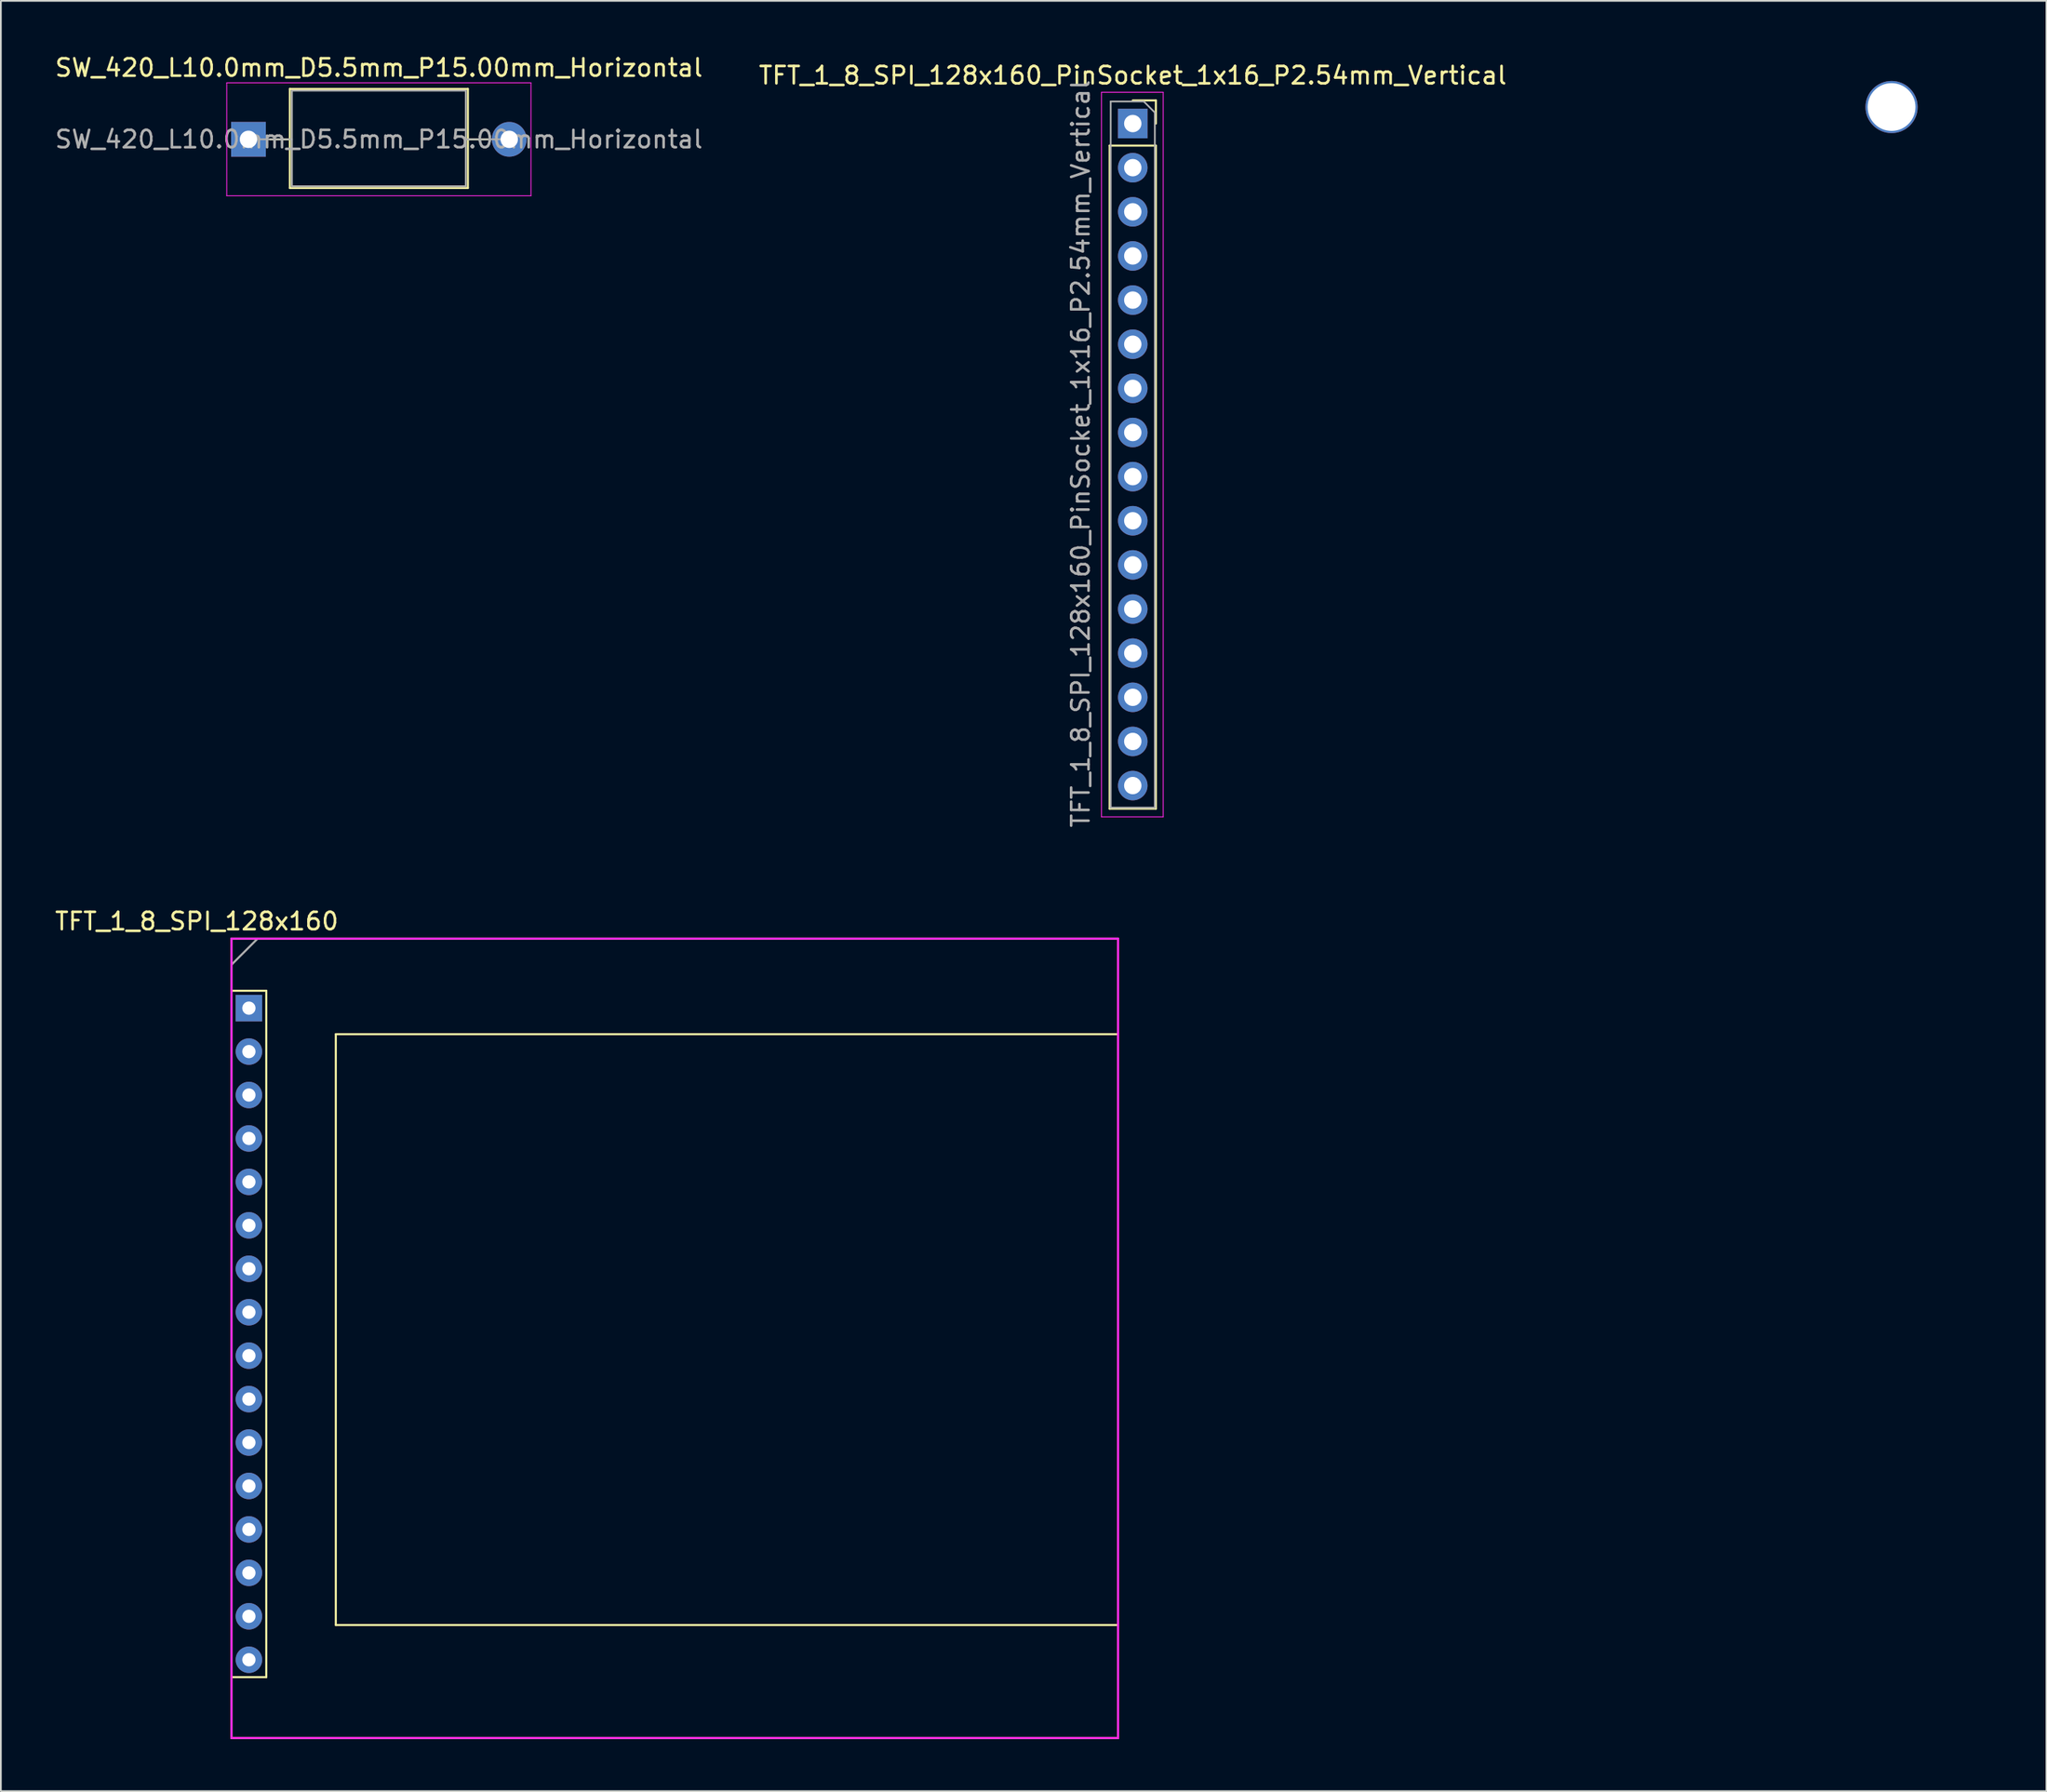
<source format=kicad_pcb>
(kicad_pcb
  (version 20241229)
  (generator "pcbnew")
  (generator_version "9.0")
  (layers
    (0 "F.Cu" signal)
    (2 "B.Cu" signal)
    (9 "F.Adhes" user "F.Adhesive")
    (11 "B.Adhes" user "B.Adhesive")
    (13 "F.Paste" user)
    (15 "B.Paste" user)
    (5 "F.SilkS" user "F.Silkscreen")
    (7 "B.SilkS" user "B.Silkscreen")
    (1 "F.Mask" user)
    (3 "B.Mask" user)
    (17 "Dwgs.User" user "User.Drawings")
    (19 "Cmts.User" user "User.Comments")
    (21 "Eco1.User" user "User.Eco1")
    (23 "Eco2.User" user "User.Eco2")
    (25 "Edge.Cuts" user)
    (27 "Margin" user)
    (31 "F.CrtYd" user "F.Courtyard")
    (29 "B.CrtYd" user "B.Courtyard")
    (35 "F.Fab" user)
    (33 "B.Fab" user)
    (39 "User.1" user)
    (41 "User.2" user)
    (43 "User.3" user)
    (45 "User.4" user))
  (footprint "TFT_1_8_SPI_128x160"
    (layer "F.Cu")
    (at 11.268 54.968)
    (property "Reference" "TFT_1_8_SPI_128x160" (at -3 -5 0) (layer "F.SilkS") (effects (font (size 1 1) (thickness 0.15))))
    (attr through_hole)
    (fp_line (start -1 -4) (end 50 -4) (stroke (width 0.12) (type solid)) (layer "F.SilkS"))
    (fp_line (start -1 -1) (end -1 -4) (stroke (width 0.12) (type solid)) (layer "F.SilkS"))
    (fp_line (start -1 -1) (end 1 -1) (stroke (width 0.12) (type solid)) (layer "F.SilkS"))
    (fp_line (start -1 38.5) (end -1 -1) (stroke (width 0.12) (type solid)) (layer "F.SilkS"))
    (fp_line (start -1 42) (end -1 38.5) (stroke (width 0.12) (type solid)) (layer "F.SilkS"))
    (fp_line (start 1 -1) (end 1 38.5) (stroke (width 0.12) (type solid)) (layer "F.SilkS"))
    (fp_line (start 1 38.5) (end -1 38.5) (stroke (width 0.12) (type solid)) (layer "F.SilkS"))
    (fp_line (start 5 1.5) (end 5 35.5) (stroke (width 0.12) (type solid)) (layer "F.SilkS"))
    (fp_line (start 5 35.5) (end 50 35.5) (stroke (width 0.12) (type solid)) (layer "F.SilkS"))
    (fp_line (start 50 -4) (end 50 42) (stroke (width 0.12) (type solid)) (layer "F.SilkS"))
    (fp_line (start 50 1.5) (end 5 1.5) (stroke (width 0.12) (type solid)) (layer "F.SilkS"))
    (fp_line (start 50 42) (end -1 42) (stroke (width 0.12) (type solid)) (layer "F.SilkS"))
    (fp_line (start -1 -4) (end 50 -4) (stroke (width 0.12) (type solid)) (layer "F.CrtYd"))
    (fp_line (start -1 42) (end -1 -4) (stroke (width 0.12) (type solid)) (layer "F.CrtYd"))
    (fp_line (start 50 -4) (end 50 42) (stroke (width 0.12) (type solid)) (layer "F.CrtYd"))
    (fp_line (start 50 42) (end -1 42) (stroke (width 0.12) (type solid)) (layer "F.CrtYd"))
    (fp_line (start -1 -4) (end 50 -4) (stroke (width 0.12) (type solid)) (layer "F.Fab"))
    (fp_line (start -1 -2.5) (end 0.5 -4) (stroke (width 0.12) (type solid)) (layer "F.Fab"))
    (fp_line (start -1 42) (end -1 -4) (stroke (width 0.12) (type solid)) (layer "F.Fab"))
    (fp_line (start 50 -4) (end 50 42) (stroke (width 0.12) (type solid)) (layer "F.Fab"))
    (fp_line (start 50 42) (end -1 42) (stroke (width 0.12) (type solid)) (layer "F.Fab"))
    (pad "1" thru_hole rect (at 0 0) (size 1.524 1.524) (drill 0.762) (layers "*.Cu" "*.Mask"))
    (pad "2" thru_hole circle (at 0 2.5) (size 1.524 1.524) (drill 0.762) (layers "*.Cu" "*.Mask"))
    (pad "3" thru_hole circle (at 0 5) (size 1.524 1.524) (drill 0.762) (layers "*.Cu" "*.Mask"))
    (pad "4" thru_hole circle (at 0 7.5) (size 1.524 1.524) (drill 0.762) (layers "*.Cu" "*.Mask"))
    (pad "5" thru_hole circle (at 0 10) (size 1.524 1.524) (drill 0.762) (layers "*.Cu" "*.Mask"))
    (pad "6" thru_hole circle (at 0 12.5) (size 1.524 1.524) (drill 0.762) (layers "*.Cu" "*.Mask"))
    (pad "7" thru_hole circle (at 0 15) (size 1.524 1.524) (drill 0.762) (layers "*.Cu" "*.Mask"))
    (pad "8" thru_hole circle (at 0 17.5) (size 1.524 1.524) (drill 0.762) (layers "*.Cu" "*.Mask"))
    (pad "9" thru_hole circle (at 0 20) (size 1.524 1.524) (drill 0.762) (layers "*.Cu" "*.Mask"))
    (pad "10" thru_hole circle (at 0 22.5) (size 1.524 1.524) (drill 0.762) (layers "*.Cu" "*.Mask"))
    (pad "11" thru_hole circle (at 0 25) (size 1.524 1.524) (drill 0.762) (layers "*.Cu" "*.Mask"))
    (pad "12" thru_hole circle (at 0 27.5) (size 1.524 1.524) (drill 0.762) (layers "*.Cu" "*.Mask"))
    (pad "13" thru_hole circle (at 0 30) (size 1.524 1.524) (drill 0.762) (layers "*.Cu" "*.Mask"))
    (pad "14" thru_hole circle (at 0 32.5) (size 1.524 1.524) (drill 0.762) (layers "*.Cu" "*.Mask"))
    (pad "15" thru_hole circle (at 0 35) (size 1.524 1.524) (drill 0.762) (layers "*.Cu" "*.Mask"))
    (pad "16" thru_hole circle (at 0 37.5) (size 1.524 1.524) (drill 0.762) (layers "*.Cu" "*.Mask")))
  (footprint "TFT_1_8_SPI_128x160_PinSocket_1x16_P2.54mm_Vertical"
    (layer "F.Cu")
    (at 62.113 4.06)
    (property "Reference" "TFT_1_8_SPI_128x160_PinSocket_1x16_P2.54mm_Vertical" (at 0 -2.77 0) (layer "F.SilkS") (effects (font (size 1 1) (thickness 0.15))))
    (attr through_hole)
    (fp_line (start -1.33 1.27) (end -1.33 39.43) (stroke (width 0.12) (type solid)) (layer "F.SilkS"))
    (fp_line (start -1.33 1.27) (end 1.33 1.27) (stroke (width 0.12) (type solid)) (layer "F.SilkS"))
    (fp_line (start -1.33 39.43) (end 1.33 39.43) (stroke (width 0.12) (type solid)) (layer "F.SilkS"))
    (fp_line (start 0 -1.33) (end 1.33 -1.33) (stroke (width 0.12) (type solid)) (layer "F.SilkS"))
    (fp_line (start 1.33 -1.33) (end 1.33 0) (stroke (width 0.12) (type solid)) (layer "F.SilkS"))
    (fp_line (start 1.33 1.27) (end 1.33 39.43) (stroke (width 0.12) (type solid)) (layer "F.SilkS"))
    (fp_line (start -1.5 -4) (end 49.5 -4) (stroke (width 0.12) (type solid)) (layer "Eco2.User"))
    (fp_line (start -1.5 42) (end -1.5 -4) (stroke (width 0.12) (type solid)) (layer "Eco2.User"))
    (fp_line (start 7 -4) (end 7 16) (stroke (width 0.12) (type solid)) (layer "Eco2.User"))
    (fp_line (start 7 16) (end 33.5 16) (stroke (width 0.12) (type solid)) (layer "Eco2.User"))
    (fp_line (start 33.5 10.5) (end 35.5 7) (stroke (width 0.12) (type solid)) (layer "Eco2.User"))
    (fp_line (start 33.5 16) (end 33.5 10.5) (stroke (width 0.12) (type solid)) (layer "Eco2.User"))
    (fp_line (start 35.5 7) (end 35.5 -4) (stroke (width 0.12) (type solid)) (layer "Eco2.User"))
    (fp_line (start 41.55 -0.95) (end 45.75 -0.95) (stroke (width 0.12) (type solid)) (layer "Eco2.User"))
    (fp_line (start 43.65 1.2) (end 43.65 -3.1) (stroke (width 0.12) (type solid)) (layer "Eco2.User"))
    (fp_line (start 49.5 -4) (end 49.5 42) (stroke (width 0.12) (type solid)) (layer "Eco2.User"))
    (fp_line (start 49.5 42) (end -1.5 42) (stroke (width 0.12) (type solid)) (layer "Eco2.User"))
    (fp_circle (center 43.65 -0.95) (end 45.025 -0.95) (stroke (width 0.12) (type solid)) (fill no) (layer "Eco2.User"))
    (fp_line (start -1.8 -1.8) (end 1.75 -1.8) (stroke (width 0.05) (type solid)) (layer "F.CrtYd"))
    (fp_line (start -1.8 39.9) (end -1.8 -1.8) (stroke (width 0.05) (type solid)) (layer "F.CrtYd"))
    (fp_line (start 1.75 -1.8) (end 1.75 39.9) (stroke (width 0.05) (type solid)) (layer "F.CrtYd"))
    (fp_line (start 1.75 39.9) (end -1.8 39.9) (stroke (width 0.05) (type solid)) (layer "F.CrtYd"))
    (fp_line (start -1.27 -1.27) (end 0.635 -1.27) (stroke (width 0.1) (type solid)) (layer "F.Fab"))
    (fp_line (start -1.27 39.37) (end -1.27 -1.27) (stroke (width 0.1) (type solid)) (layer "F.Fab"))
    (fp_line (start 0.635 -1.27) (end 1.27 -0.635) (stroke (width 0.1) (type solid)) (layer "F.Fab"))
    (fp_line (start 1.27 -0.635) (end 1.27 39.37) (stroke (width 0.1) (type solid)) (layer "F.Fab"))
    (fp_line (start 1.27 39.37) (end -1.27 39.37) (stroke (width 0.1) (type solid)) (layer "F.Fab"))
    (fp_text user "2.75" (at 46.55 -2.55 0) (layer "Eco2.User") (effects (font (size 1 1) (thickness 0.15))))
    (fp_text user "${REFERENCE}" (at -3 19 90) (layer "F.Fab") (effects (font (size 1 1) (thickness 0.15))))
    (pad "" np_thru_hole circle (at 43.65 -0.95) (size 3 3) (drill 2.75) (layers "*.Cu" "*.Mask"))
    (pad "1" thru_hole rect (at 0 0) (size 1.7 1.7) (drill 1) (layers "*.Cu" "*.Mask"))
    (pad "2" thru_hole oval (at 0 2.54) (size 1.7 1.7) (drill 1) (layers "*.Cu" "*.Mask"))
    (pad "3" thru_hole oval (at 0 5.08) (size 1.7 1.7) (drill 1) (layers "*.Cu" "*.Mask"))
    (pad "4" thru_hole oval (at 0 7.62) (size 1.7 1.7) (drill 1) (layers "*.Cu" "*.Mask"))
    (pad "5" thru_hole oval (at 0 10.16) (size 1.7 1.7) (drill 1) (layers "*.Cu" "*.Mask"))
    (pad "6" thru_hole oval (at 0 12.7) (size 1.7 1.7) (drill 1) (layers "*.Cu" "*.Mask"))
    (pad "7" thru_hole oval (at 0 15.24) (size 1.7 1.7) (drill 1) (layers "*.Cu" "*.Mask"))
    (pad "8" thru_hole oval (at 0 17.78) (size 1.7 1.7) (drill 1) (layers "*.Cu" "*.Mask"))
    (pad "9" thru_hole oval (at 0 20.32) (size 1.7 1.7) (drill 1) (layers "*.Cu" "*.Mask"))
    (pad "10" thru_hole oval (at 0 22.86) (size 1.7 1.7) (drill 1) (layers "*.Cu" "*.Mask"))
    (pad "11" thru_hole oval (at 0 25.4) (size 1.7 1.7) (drill 1) (layers "*.Cu" "*.Mask"))
    (pad "12" thru_hole oval (at 0 27.94) (size 1.7 1.7) (drill 1) (layers "*.Cu" "*.Mask"))
    (pad "13" thru_hole oval (at 0 30.48) (size 1.7 1.7) (drill 1) (layers "*.Cu" "*.Mask"))
    (pad "14" thru_hole oval (at 0 33.02) (size 1.7 1.7) (drill 1) (layers "*.Cu" "*.Mask"))
    (pad "15" thru_hole oval (at 0 35.56) (size 1.7 1.7) (drill 1) (layers "*.Cu" "*.Mask"))
    (pad "16" thru_hole oval (at 0 38.1) (size 1.7 1.7) (drill 1) (layers "*.Cu" "*.Mask")))
  (footprint "SW_420_L10.0mm_D5.5mm_P15.00mm_Horizontal"
    (layer "F.Cu")
    (at 11.244 4.968)
    (property "Reference" "SW_420_L10.0mm_D5.5mm_P15.00mm_Horizontal" (at 7.5 -4.12 0) (layer "F.SilkS") (effects (font (size 1 1) (thickness 0.15))))
    (attr through_hole)
    (fp_line (start 1.24 0) (end 2.38 0) (stroke (width 0.12) (type solid)) (layer "F.SilkS"))
    (fp_line (start 2.38 -2.9) (end 2.38 2.8) (stroke (width 0.12) (type solid)) (layer "F.SilkS"))
    (fp_line (start 2.38 -2.9) (end 12.62 -2.9) (stroke (width 0.12) (type solid)) (layer "F.SilkS"))
    (fp_line (start 2.38 2.8) (end 12.62 2.8) (stroke (width 0.12) (type solid)) (layer "F.SilkS"))
    (fp_line (start 12.62 -2.9) (end 12.62 2.8) (stroke (width 0.12) (type solid)) (layer "F.SilkS"))
    (fp_line (start 13.76 0) (end 12.62 0) (stroke (width 0.12) (type solid)) (layer "F.SilkS"))
    (fp_line (start -1.25 -3.25) (end -1.25 3.25) (stroke (width 0.05) (type solid)) (layer "F.CrtYd"))
    (fp_line (start -1.25 3.25) (end 16.25 3.25) (stroke (width 0.05) (type solid)) (layer "F.CrtYd"))
    (fp_line (start 16.25 -3.25) (end -1.25 -3.25) (stroke (width 0.05) (type solid)) (layer "F.CrtYd"))
    (fp_line (start 16.25 3.25) (end 16.25 -3.25) (stroke (width 0.05) (type solid)) (layer "F.CrtYd"))
    (fp_line (start 0 0) (end 2.5 0) (stroke (width 0.1) (type solid)) (layer "F.Fab"))
    (fp_line (start 2.5 -2.8) (end 2.5 2.7) (stroke (width 0.1) (type solid)) (layer "F.Fab"))
    (fp_line (start 2.5 -2.8) (end 12.5 -2.8) (stroke (width 0.1) (type solid)) (layer "F.Fab"))
    (fp_line (start 2.5 2.7) (end 12.5 2.7) (stroke (width 0.1) (type solid)) (layer "F.Fab"))
    (fp_line (start 12.5 -2.8) (end 12.5 2.7) (stroke (width 0.1) (type solid)) (layer "F.Fab"))
    (fp_line (start 15 0) (end 12.5 0) (stroke (width 0.1) (type solid)) (layer "F.Fab"))
    (fp_text user "${REFERENCE}" (at 7.5 0 0) (layer "F.Fab") (effects (font (size 1 1) (thickness 0.15))))
    (pad "1" thru_hole rect (at 0 0) (size 2 2) (drill 1) (layers "*.Cu" "*.Mask"))
    (pad "2" thru_hole oval (at 15 0) (size 2 2) (drill 1) (layers "*.Cu" "*.Mask")))
  (gr_rect
    (start -3 -3)
    (end 114.673 100.028)
    (stroke (width 0.1) (type default))
    (fill no)
    (layer "Edge.Cuts")))
</source>
